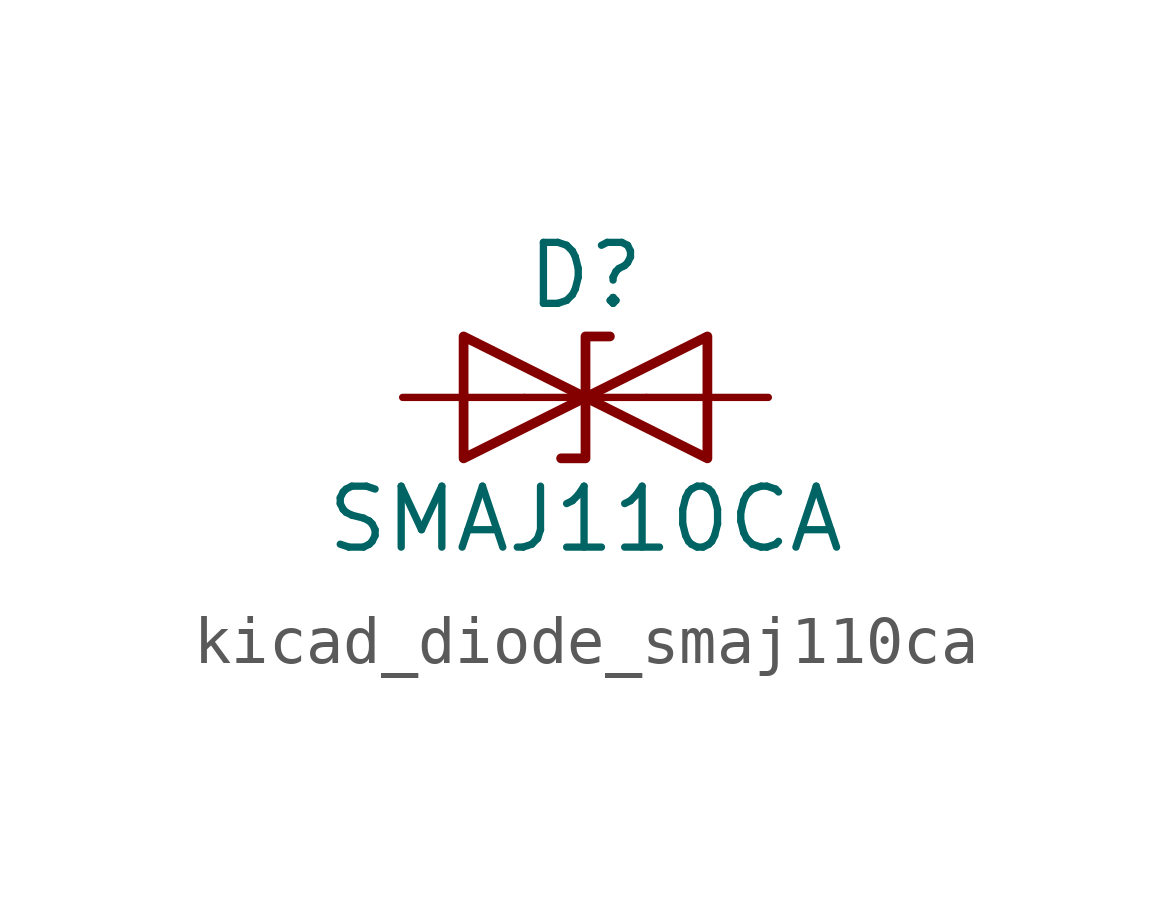
<source format=kicad_sym>
(kicad_symbol_lib
  (version 20220914)
  (generator kicad_symbol_editor)
  (symbol "kicad_diode_smaj110ca"
    (pin_numbers hide)
    (pin_names
      (offset 1.016) hide)
    (property "Reference" "D"
      (at 0 2.54 0)
      (effects (font (size 1.27 1.27))))
    (property "Value" "SMAJ110CA"
      (at 0 -2.54 0)
      (effects (font (size 1.27 1.27))))
    (symbol "kicad_diode_smaj110ca_0_1"
      (polyline (pts (xy 1.27 0) (xy -1.27 0)) (stroke (width 0) (type default)) (fill (type none)))
      (polyline (pts (xy -2.54 -1.27) (xy 0 0) (xy -2.54 1.27) (xy -2.54 -1.27)) (stroke (width 0.203) (type default)) (fill (type none)))
      (polyline (pts (xy 0.508 1.27) (xy 0 1.27) (xy 0 -1.27) (xy -0.508 -1.27)) (stroke (width 0.203) (type default)) (fill (type none)))
      (polyline (pts (xy 2.54 1.27) (xy 2.54 -1.27) (xy 0 0) (xy 2.54 1.27)) (stroke (width 0.203) (type default)) (fill (type none))))
    (symbol "kicad_diode_smaj110ca_1_1"
      (pin passive line (at -3.81 0 0) (length 2.54) (name "A1" (effects (font (size 1.27 1.27)))) (number "1" (effects (font (size 1.27 1.27)))))
      (pin passive line (at 3.81 0 180) (length 2.54) (name "A2" (effects (font (size 1.27 1.27)))) (number "2" (effects (font (size 1.27 1.27))))))))
</source>
